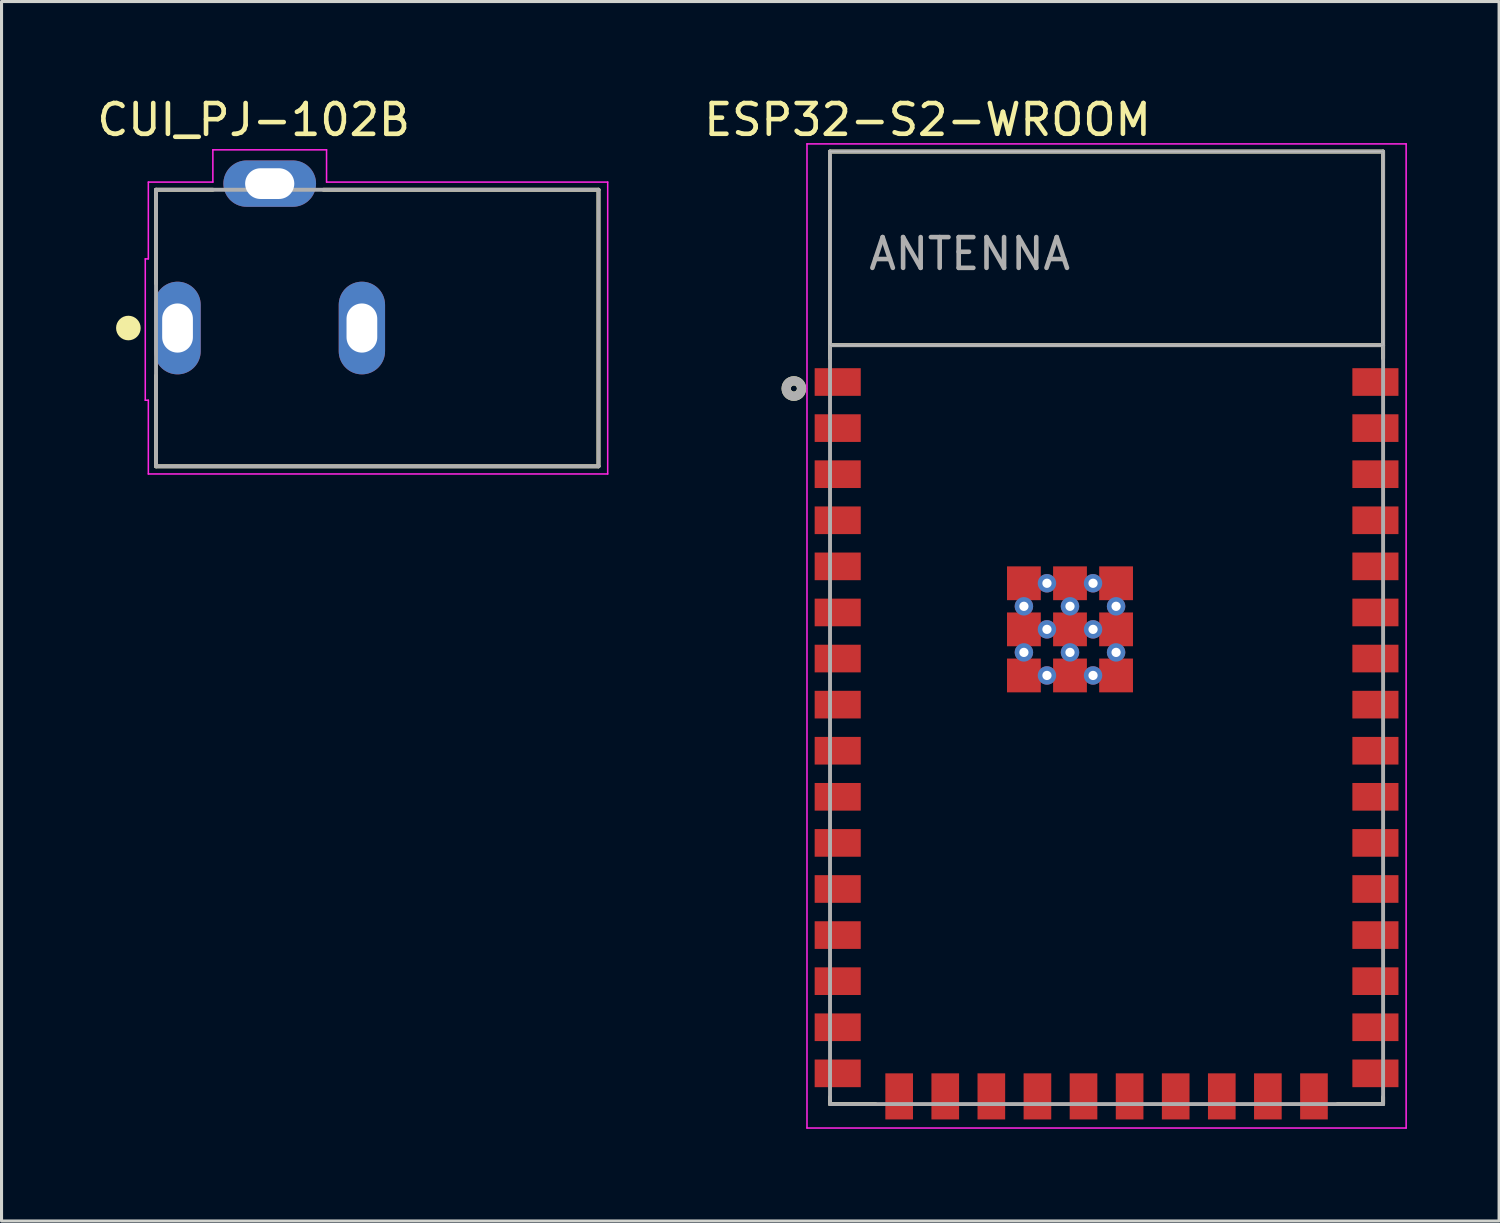
<source format=kicad_pcb>
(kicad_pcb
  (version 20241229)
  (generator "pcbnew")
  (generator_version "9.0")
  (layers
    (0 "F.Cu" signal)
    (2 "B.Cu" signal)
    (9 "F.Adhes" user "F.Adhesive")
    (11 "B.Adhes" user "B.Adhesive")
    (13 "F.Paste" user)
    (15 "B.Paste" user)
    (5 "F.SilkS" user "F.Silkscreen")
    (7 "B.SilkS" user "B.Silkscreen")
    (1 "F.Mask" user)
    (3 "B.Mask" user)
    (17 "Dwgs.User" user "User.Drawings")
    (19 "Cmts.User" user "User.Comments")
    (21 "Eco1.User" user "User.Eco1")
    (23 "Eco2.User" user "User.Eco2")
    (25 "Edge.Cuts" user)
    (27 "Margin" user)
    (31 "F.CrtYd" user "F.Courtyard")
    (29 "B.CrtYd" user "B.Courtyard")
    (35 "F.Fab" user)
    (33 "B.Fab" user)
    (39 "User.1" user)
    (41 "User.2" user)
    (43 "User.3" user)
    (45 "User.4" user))
  (footprint "CUI_PJ-102B"
    (layer "F.Cu")
    (at 9.228 7.626)
    (property "Reference" "CUI_PJ-102B" (at -4.022 -6.777 0) (layer "F.SilkS") (effects (font (size 1.002 1.002) (thickness 0.15))))
    (attr through_hole)
    (fp_line (start -7.2 -4.5) (end -5.35 -4.5) (stroke (width 0.127) (type solid)) (layer "F.SilkS"))
    (fp_line (start -7.2 -1.45) (end -7.2 -4.5) (stroke (width 0.127) (type solid)) (layer "F.SilkS"))
    (fp_line (start -7.2 4.5) (end -7.2 1.55) (stroke (width 0.127) (type solid)) (layer "F.SilkS"))
    (fp_line (start -1.75 -4.5) (end 7.2 -4.5) (stroke (width 0.127) (type solid)) (layer "F.SilkS"))
    (fp_line (start 7.2 -4.5) (end 7.2 4.5) (stroke (width 0.127) (type solid)) (layer "F.SilkS"))
    (fp_line (start 7.2 4.5) (end -7.2 4.5) (stroke (width 0.127) (type solid)) (layer "F.SilkS"))
    (fp_circle (center -8.1 0) (end -7.9 0) (stroke (width 0.4) (type solid)) (fill no) (layer "F.SilkS"))
    (fp_line (start -7.55 -2.25) (end -7.55 2.35) (stroke (width 0.05) (type solid)) (layer "F.CrtYd"))
    (fp_line (start -7.55 2.35) (end -7.45 2.35) (stroke (width 0.05) (type solid)) (layer "F.CrtYd"))
    (fp_line (start -7.45 -4.75) (end -5.35 -4.75) (stroke (width 0.05) (type solid)) (layer "F.CrtYd"))
    (fp_line (start -7.45 -2.25) (end -7.55 -2.25) (stroke (width 0.05) (type solid)) (layer "F.CrtYd"))
    (fp_line (start -7.45 -2.25) (end -7.45 -4.75) (stroke (width 0.05) (type solid)) (layer "F.CrtYd"))
    (fp_line (start -7.45 4.75) (end -7.45 2.35) (stroke (width 0.05) (type solid)) (layer "F.CrtYd"))
    (fp_line (start -5.35 -5.8) (end -1.65 -5.8) (stroke (width 0.05) (type solid)) (layer "F.CrtYd"))
    (fp_line (start -5.35 -4.75) (end -5.35 -5.8) (stroke (width 0.05) (type solid)) (layer "F.CrtYd"))
    (fp_line (start -1.65 -5.8) (end -1.65 -4.75) (stroke (width 0.05) (type solid)) (layer "F.CrtYd"))
    (fp_line (start -1.65 -4.75) (end 7.5 -4.75) (stroke (width 0.05) (type solid)) (layer "F.CrtYd"))
    (fp_line (start 7.5 -4.75) (end 7.5 4.75) (stroke (width 0.05) (type solid)) (layer "F.CrtYd"))
    (fp_line (start 7.5 4.75) (end -7.45 4.75) (stroke (width 0.05) (type solid)) (layer "F.CrtYd"))
    (fp_line (start -7.2 -4.5) (end 7.2 -4.5) (stroke (width 0.127) (type solid)) (layer "F.Fab"))
    (fp_line (start -7.2 4.5) (end -7.2 -4.5) (stroke (width 0.127) (type solid)) (layer "F.Fab"))
    (fp_line (start 7.2 -4.5) (end 7.2 4.5) (stroke (width 0.127) (type solid)) (layer "F.Fab"))
    (fp_line (start 7.2 4.5) (end -7.2 4.5) (stroke (width 0.127) (type solid)) (layer "F.Fab"))
    (pad "1" thru_hole oval (at -6.5 0) (size 1.508 3.016) (drill oval 1 1.6) (layers "*.Cu" "*.Mask"))
    (pad "2" thru_hole oval (at -0.5 0) (size 1.508 3.016) (drill oval 1 1.6) (layers "*.Cu" "*.Mask"))
    (pad "3" thru_hole oval (at -3.5 -4.7) (size 3.016 1.508) (drill oval 1.6 1) (layers "*.Cu" "*.Mask")))
  (footprint "ESP32-S2-WROOM"
    (layer "F.Cu")
    (at 32.964 17.383)
    (property "Reference" "ESP32-S2-WROOM" (at -5.825 -16.535 0) (layer "F.SilkS") (effects (font (size 1 1) (thickness 0.15))))
    (attr through_hole)
    (fp_line (start -9 -15.5) (end 9 -15.5) (stroke (width 0.127) (type solid)) (layer "F.SilkS"))
    (fp_line (start -9 -8.77) (end -9 -15.5) (stroke (width 0.127) (type solid)) (layer "F.SilkS"))
    (fp_line (start -9 15.27) (end -9 15.5) (stroke (width 0.127) (type solid)) (layer "F.SilkS"))
    (fp_line (start -9 15.5) (end -7.52 15.5) (stroke (width 0.127) (type solid)) (layer "F.SilkS"))
    (fp_line (start -8.96 -9.2) (end 9 -9.2) (stroke (width 0.127) (type solid)) (layer "F.SilkS"))
    (fp_line (start 9 -15.5) (end 9 -9.2) (stroke (width 0.127) (type solid)) (layer "F.SilkS"))
    (fp_line (start 9 -9.2) (end 9 -8.77) (stroke (width 0.127) (type solid)) (layer "F.SilkS"))
    (fp_line (start 9 15.27) (end 9 15.5) (stroke (width 0.127) (type solid)) (layer "F.SilkS"))
    (fp_line (start 9 15.5) (end 7.52 15.5) (stroke (width 0.127) (type solid)) (layer "F.SilkS"))
    (fp_circle (center -10.177 -7.788) (end -10.077 -7.788) (stroke (width 0.3) (type solid)) (fill no) (layer "F.SilkS"))
    (fp_poly (pts (xy -9 -15.5) (xy 9 -15.5) (xy 9 -9.2) (xy -9 -9.2)) (stroke (width 0.01) (type solid)) (fill no) (layer "Dwgs.User"))
    (fp_poly (pts (xy -9 -15.5) (xy 9 -15.5) (xy 9 -9.2) (xy -9 -9.2)) (stroke (width 0.01) (type solid)) (fill no) (layer "Dwgs.User"))
    (fp_poly (pts (xy -9 -15.5) (xy 9 -15.5) (xy 9 -9.2) (xy -9 -9.2)) (stroke (width 0.01) (type solid)) (fill no) (layer "Dwgs.User"))
    (fp_line (start -9.75 -15.75) (end 9.75 -15.75) (stroke (width 0.05) (type solid)) (layer "F.CrtYd"))
    (fp_line (start -9.75 16.28) (end -9.75 -15.75) (stroke (width 0.05) (type solid)) (layer "F.CrtYd"))
    (fp_line (start -9.75 16.28) (end 9.75 16.28) (stroke (width 0.05) (type solid)) (layer "F.CrtYd"))
    (fp_line (start 9.75 -15.75) (end 9.75 16.28) (stroke (width 0.05) (type solid)) (layer "F.CrtYd"))
    (fp_line (start -9 -15.5) (end 9 -15.5) (stroke (width 0.127) (type solid)) (layer "F.Fab"))
    (fp_line (start -9 15.5) (end -9 -15.5) (stroke (width 0.127) (type solid)) (layer "F.Fab"))
    (fp_line (start -8.96 -9.2) (end 9 -9.2) (stroke (width 0.127) (type solid)) (layer "F.Fab"))
    (fp_line (start 9 -15.5) (end 9 -9.2) (stroke (width 0.127) (type solid)) (layer "F.Fab"))
    (fp_line (start 9 -9.2) (end 9 15.5) (stroke (width 0.127) (type solid)) (layer "F.Fab"))
    (fp_line (start 9 15.5) (end -9 15.5) (stroke (width 0.127) (type solid)) (layer "F.Fab"))
    (fp_circle (center -10.177 -7.788) (end -10.077 -7.788) (stroke (width 0.3) (type solid)) (fill no) (layer "F.Fab"))
    (fp_text user "ANTENNA" (at -4.455 -12.171 0) (layer "F.Fab") (effects (font (size 1 1) (thickness 0.15))))
    (pad "1" smd rect (at -8.75 -8) (size 1.5 0.9) (layers "F.Cu" "F.Mask" "F.Paste"))
    (pad "2" smd rect (at -8.75 -6.5) (size 1.5 0.9) (layers "F.Cu" "F.Mask" "F.Paste"))
    (pad "3" smd rect (at -8.75 -5) (size 1.5 0.9) (layers "F.Cu" "F.Mask" "F.Paste"))
    (pad "4" smd rect (at -8.75 -3.5) (size 1.5 0.9) (layers "F.Cu" "F.Mask" "F.Paste"))
    (pad "5" smd rect (at -8.75 -2) (size 1.5 0.9) (layers "F.Cu" "F.Mask" "F.Paste"))
    (pad "6" smd rect (at -8.75 -0.5) (size 1.5 0.9) (layers "F.Cu" "F.Mask" "F.Paste"))
    (pad "7" smd rect (at -8.75 1) (size 1.5 0.9) (layers "F.Cu" "F.Mask" "F.Paste"))
    (pad "8" smd rect (at -8.75 2.5) (size 1.5 0.9) (layers "F.Cu" "F.Mask" "F.Paste"))
    (pad "9" smd rect (at -8.75 4) (size 1.5 0.9) (layers "F.Cu" "F.Mask" "F.Paste"))
    (pad "10" smd rect (at -8.75 5.5) (size 1.5 0.9) (layers "F.Cu" "F.Mask" "F.Paste"))
    (pad "11" smd rect (at -8.75 7) (size 1.5 0.9) (layers "F.Cu" "F.Mask" "F.Paste"))
    (pad "12" smd rect (at -8.75 8.5) (size 1.5 0.9) (layers "F.Cu" "F.Mask" "F.Paste"))
    (pad "13" smd rect (at -8.75 10) (size 1.5 0.9) (layers "F.Cu" "F.Mask" "F.Paste"))
    (pad "14" smd rect (at -8.75 11.5) (size 1.5 0.9) (layers "F.Cu" "F.Mask" "F.Paste"))
    (pad "15" smd rect (at -8.75 13) (size 1.5 0.9) (layers "F.Cu" "F.Mask" "F.Paste"))
    (pad "16" smd rect (at -8.75 14.5) (size 1.5 0.9) (layers "F.Cu" "F.Mask" "F.Paste"))
    (pad "17" smd rect (at -6.75 15.25) (size 0.9 1.5) (layers "F.Cu" "F.Mask" "F.Paste"))
    (pad "18" smd rect (at -5.25 15.25) (size 0.9 1.5) (layers "F.Cu" "F.Mask" "F.Paste"))
    (pad "19" smd rect (at -3.75 15.25) (size 0.9 1.5) (layers "F.Cu" "F.Mask" "F.Paste"))
    (pad "20" smd rect (at -2.25 15.25) (size 0.9 1.5) (layers "F.Cu" "F.Mask" "F.Paste"))
    (pad "21" smd rect (at -0.75 15.25) (size 0.9 1.5) (layers "F.Cu" "F.Mask" "F.Paste"))
    (pad "22" smd rect (at 0.75 15.25) (size 0.9 1.5) (layers "F.Cu" "F.Mask" "F.Paste"))
    (pad "23" smd rect (at 2.25 15.25) (size 0.9 1.5) (layers "F.Cu" "F.Mask" "F.Paste"))
    (pad "24" smd rect (at 3.75 15.25) (size 0.9 1.5) (layers "F.Cu" "F.Mask" "F.Paste"))
    (pad "25" smd rect (at 5.25 15.25) (size 0.9 1.5) (layers "F.Cu" "F.Mask" "F.Paste"))
    (pad "26" smd rect (at 6.75 15.25) (size 0.9 1.5) (layers "F.Cu" "F.Mask" "F.Paste"))
    (pad "27" smd rect (at 8.75 14.5) (size 1.5 0.9) (layers "F.Cu" "F.Mask" "F.Paste"))
    (pad "28" smd rect (at 8.75 13) (size 1.5 0.9) (layers "F.Cu" "F.Mask" "F.Paste"))
    (pad "29" smd rect (at 8.75 11.5) (size 1.5 0.9) (layers "F.Cu" "F.Mask" "F.Paste"))
    (pad "30" smd rect (at 8.75 10) (size 1.5 0.9) (layers "F.Cu" "F.Mask" "F.Paste"))
    (pad "31" smd rect (at 8.75 8.5) (size 1.5 0.9) (layers "F.Cu" "F.Mask" "F.Paste"))
    (pad "32" smd rect (at 8.75 7) (size 1.5 0.9) (layers "F.Cu" "F.Mask" "F.Paste"))
    (pad "33" smd rect (at 8.75 5.5) (size 1.5 0.9) (layers "F.Cu" "F.Mask" "F.Paste"))
    (pad "34" smd rect (at 8.75 4) (size 1.5 0.9) (layers "F.Cu" "F.Mask" "F.Paste"))
    (pad "35" smd rect (at 8.75 2.5) (size 1.5 0.9) (layers "F.Cu" "F.Mask" "F.Paste"))
    (pad "36" smd rect (at 8.75 1) (size 1.5 0.9) (layers "F.Cu" "F.Mask" "F.Paste"))
    (pad "37" smd rect (at 8.75 -0.5) (size 1.5 0.9) (layers "F.Cu" "F.Mask" "F.Paste"))
    (pad "38" smd rect (at 8.75 -2) (size 1.5 0.9) (layers "F.Cu" "F.Mask" "F.Paste"))
    (pad "39" smd rect (at 8.75 -3.5) (size 1.5 0.9) (layers "F.Cu" "F.Mask" "F.Paste"))
    (pad "40" smd rect (at 8.75 -5) (size 1.5 0.9) (layers "F.Cu" "F.Mask" "F.Paste"))
    (pad "41" smd rect (at 8.75 -6.5) (size 1.5 0.9) (layers "F.Cu" "F.Mask" "F.Paste"))
    (pad "42" smd rect (at 8.75 -8) (size 1.5 0.9) (layers "F.Cu" "F.Mask" "F.Paste"))
    (pad "43.1" smd rect (at -1.19 0.05) (size 1.1 1.1) (layers "F.Cu" "F.Mask" "F.Paste"))
    (pad "43.2" smd rect (at -2.69 0.05) (size 1.1 1.1) (layers "F.Cu" "F.Mask" "F.Paste"))
    (pad "43.3" smd rect (at 0.31 0.05) (size 1.1 1.1) (layers "F.Cu" "F.Mask" "F.Paste"))
    (pad "43.4" smd rect (at -2.69 1.55) (size 1.1 1.1) (layers "F.Cu" "F.Mask" "F.Paste"))
    (pad "43.5" smd rect (at -1.19 1.55) (size 1.1 1.1) (layers "F.Cu" "F.Mask" "F.Paste"))
    (pad "43.6" smd rect (at 0.31 1.55) (size 1.1 1.1) (layers "F.Cu" "F.Mask" "F.Paste"))
    (pad "43.7" smd rect (at -2.69 -1.45) (size 1.1 1.1) (layers "F.Cu" "F.Mask" "F.Paste"))
    (pad "43.8" smd rect (at -1.19 -1.45) (size 1.1 1.1) (layers "F.Cu" "F.Mask" "F.Paste"))
    (pad "43.9" smd rect (at 0.31 -1.45) (size 1.1 1.1) (layers "F.Cu" "F.Mask" "F.Paste"))
    (pad "43.10" thru_hole circle (at -1.19 -0.7) (size 0.6 0.6) (drill 0.3) (layers "*.Cu" "*.Mask"))
    (pad "43.11" thru_hole circle (at -2.69 -0.7) (size 0.6 0.6) (drill 0.3) (layers "*.Cu" "*.Mask"))
    (pad "43.12" thru_hole circle (at 0.31 -0.7) (size 0.6 0.6) (drill 0.3) (layers "*.Cu" "*.Mask"))
    (pad "43.13" thru_hole circle (at -2.69 0.8) (size 0.6 0.6) (drill 0.3) (layers "*.Cu" "*.Mask"))
    (pad "43.14" thru_hole circle (at -1.19 0.8) (size 0.6 0.6) (drill 0.3) (layers "*.Cu" "*.Mask"))
    (pad "43.15" thru_hole circle (at 0.31 0.8) (size 0.6 0.6) (drill 0.3) (layers "*.Cu" "*.Mask"))
    (pad "43.16" thru_hole circle (at -1.94 -1.45) (size 0.6 0.6) (drill 0.3) (layers "*.Cu" "*.Mask"))
    (pad "43.17" thru_hole circle (at -0.44 -1.45) (size 0.6 0.6) (drill 0.3) (layers "*.Cu" "*.Mask"))
    (pad "43.18" thru_hole circle (at -1.94 0.05) (size 0.6 0.6) (drill 0.3) (layers "*.Cu" "*.Mask"))
    (pad "43.19" thru_hole circle (at -0.44 0.05) (size 0.6 0.6) (drill 0.3) (layers "*.Cu" "*.Mask"))
    (pad "43.20" thru_hole circle (at -1.94 1.55) (size 0.6 0.6) (drill 0.3) (layers "*.Cu" "*.Mask"))
    (pad "43.21" thru_hole circle (at -0.44 1.55) (size 0.6 0.6) (drill 0.3) (layers "*.Cu" "*.Mask")))
  (gr_rect
    (start -3 -3)
    (end 45.739 36.688)
    (stroke (width 0.1) (type default))
    (fill no)
    (layer "Edge.Cuts")))
</source>
